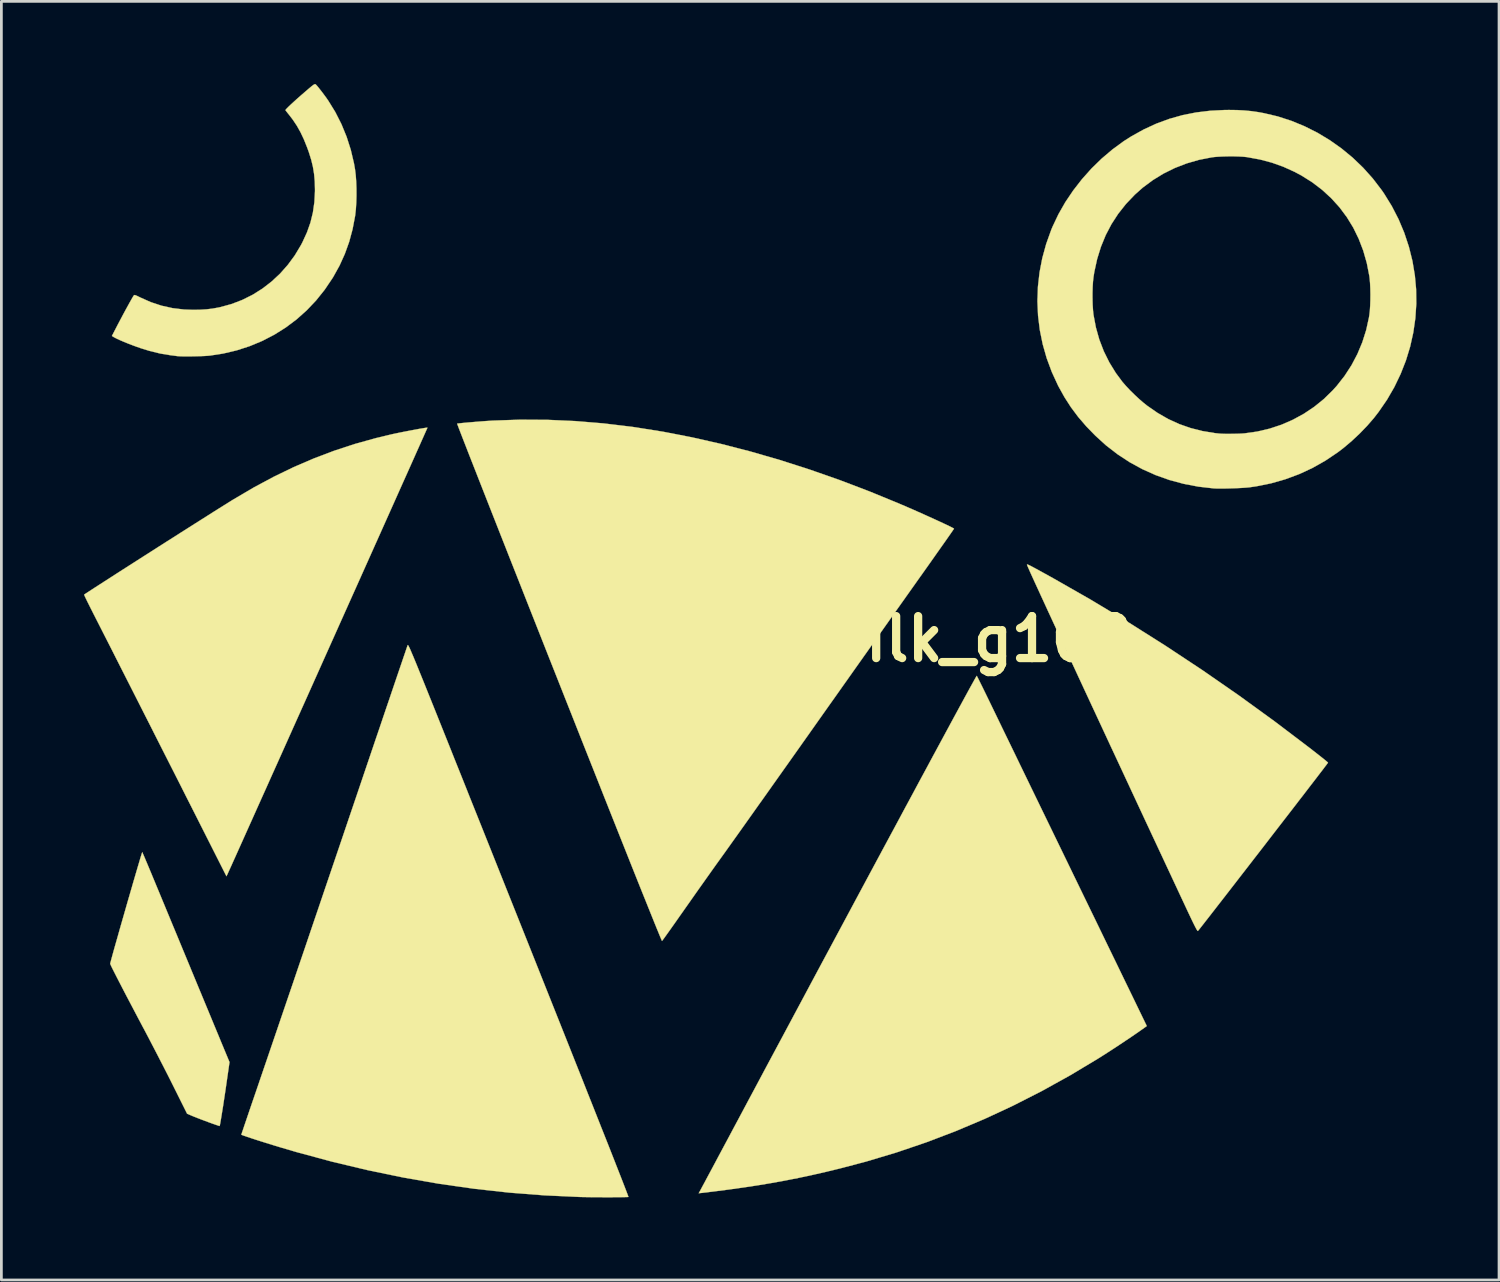
<source format=kicad_pcb>
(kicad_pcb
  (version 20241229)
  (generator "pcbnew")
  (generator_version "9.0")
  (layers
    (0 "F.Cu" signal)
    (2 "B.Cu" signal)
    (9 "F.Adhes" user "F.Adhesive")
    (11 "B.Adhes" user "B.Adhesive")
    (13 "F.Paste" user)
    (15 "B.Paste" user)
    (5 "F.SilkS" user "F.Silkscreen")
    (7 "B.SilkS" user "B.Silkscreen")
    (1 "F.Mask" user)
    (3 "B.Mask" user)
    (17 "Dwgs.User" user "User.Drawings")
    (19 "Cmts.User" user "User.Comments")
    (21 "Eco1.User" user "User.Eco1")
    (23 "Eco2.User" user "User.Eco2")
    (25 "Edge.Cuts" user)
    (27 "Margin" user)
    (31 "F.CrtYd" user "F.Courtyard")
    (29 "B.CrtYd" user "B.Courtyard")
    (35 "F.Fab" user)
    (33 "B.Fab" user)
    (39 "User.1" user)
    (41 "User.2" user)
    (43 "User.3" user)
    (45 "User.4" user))
  (footprint "F.Silk_g108"
    (layer "F.Cu")
    (at 31.496 20.163)
    (property "Reference" "F.Silk_g108" (at 0 0 0) (layer "F.SilkS") (effects (font (size 1.524 1.524) (thickness 0.3))))
    (attr through_hole)
    (fp_poly (pts (xy 2.775 -2.71) (xy 2.801 -2.7) (xy 2.843 -2.681) (xy 2.902 -2.652) (xy 2.982 -2.609) (xy 3.085 -2.554) (xy 3.215 -2.483) (xy 3.374 -2.395) (xy 3.566 -2.289) (xy 3.715 -2.206) (xy 5.073 -1.431) (xy 6.429 -0.616) (xy 7.778 0.236) (xy 9.117 1.121) (xy 10.44 2.038) (xy 11.743 2.983) (xy 13.024 3.954) (xy 13.377 4.23) (xy 13.475 4.307) (xy 13.561 4.376) (xy 13.629 4.432) (xy 13.674 4.471) (xy 13.691 4.488) (xy 13.678 4.506) (xy 13.642 4.555) (xy 13.582 4.633) (xy 13.502 4.739) (xy 13.401 4.87) (xy 13.283 5.025) (xy 13.148 5.2) (xy 12.998 5.395) (xy 12.835 5.608) (xy 12.659 5.835) (xy 12.474 6.076) (xy 12.28 6.327) (xy 12.078 6.588) (xy 11.871 6.856) (xy 11.66 7.129) (xy 11.447 7.406) (xy 11.233 7.683) (xy 11.019 7.959) (xy 10.808 8.232) (xy 10.6 8.5) (xy 10.398 8.761) (xy 10.203 9.013) (xy 10.017 9.253) (xy 9.84 9.481) (xy 9.675 9.693) (xy 9.524 9.888) (xy 9.387 10.064) (xy 9.266 10.219) (xy 9.164 10.35) (xy 9.081 10.456) (xy 9.019 10.534) (xy 8.98 10.583) (xy 8.966 10.6) (xy 8.956 10.599) (xy 8.94 10.582) (xy 8.916 10.544) (xy 8.883 10.484) (xy 8.839 10.398) (xy 8.783 10.285) (xy 8.714 10.141) (xy 8.63 9.964) (xy 8.531 9.753) (xy 8.244 9.139) (xy 7.959 8.528) (xy 7.675 7.92) (xy 7.393 7.317) (xy 7.114 6.72) (xy 6.839 6.13) (xy 6.568 5.548) (xy 6.302 4.976) (xy 6.041 4.415) (xy 5.785 3.867) (xy 5.536 3.331) (xy 5.294 2.81) (xy 5.059 2.305) (xy 4.832 1.817) (xy 4.614 1.347) (xy 4.405 0.896) (xy 4.206 0.466) (xy 4.017 0.058) (xy 3.839 -0.327) (xy 3.673 -0.687) (xy 3.518 -1.022) (xy 3.376 -1.331) (xy 3.247 -1.611) (xy 3.132 -1.862) (xy 3.031 -2.082) (xy 2.945 -2.271) (xy 2.874 -2.427) (xy 2.82 -2.549) (xy 2.782 -2.636) (xy 2.761 -2.686) (xy 2.757 -2.697) (xy 2.756 -2.706) (xy 2.761 -2.711) (xy 2.775 -2.71)) (stroke (width 0.01) (type solid)) (fill yes) (layer "F.SilkS"))
    (fp_poly (pts (xy -29.368 7.763) (xy -29.343 7.821) (xy -29.304 7.91) (xy -29.255 8.026) (xy -29.196 8.166) (xy -29.129 8.326) (xy -29.055 8.502) (xy -28.978 8.689) (xy -28.918 8.833) (xy -28.844 9.012) (xy -28.756 9.223) (xy -28.657 9.462) (xy -28.548 9.725) (xy -28.431 10.008) (xy -28.307 10.308) (xy -28.177 10.62) (xy -28.044 10.941) (xy -27.909 11.268) (xy -27.773 11.596) (xy -27.638 11.921) (xy -27.601 12.012) (xy -27.471 12.325) (xy -27.343 12.635) (xy -27.217 12.937) (xy -27.096 13.23) (xy -26.98 13.509) (xy -26.871 13.772) (xy -26.77 14.016) (xy -26.678 14.238) (xy -26.596 14.435) (xy -26.527 14.603) (xy -26.47 14.741) (xy -26.427 14.843) (xy -26.41 14.885) (xy -26.21 15.366) (xy -26.322 16.144) (xy -26.352 16.353) (xy -26.383 16.561) (xy -26.414 16.764) (xy -26.443 16.957) (xy -26.472 17.136) (xy -26.498 17.298) (xy -26.521 17.437) (xy -26.54 17.549) (xy -26.555 17.631) (xy -26.565 17.677) (xy -26.569 17.686) (xy -26.59 17.681) (xy -26.644 17.663) (xy -26.726 17.635) (xy -26.829 17.599) (xy -26.948 17.556) (xy -26.967 17.549) (xy -27.104 17.498) (xy -27.243 17.446) (xy -27.373 17.396) (xy -27.484 17.352) (xy -27.554 17.323) (xy -27.75 17.24) (xy -28.246 16.245) (xy -28.355 16.027) (xy -28.48 15.78) (xy -28.617 15.512) (xy -28.761 15.232) (xy -28.908 14.947) (xy -29.055 14.665) (xy -29.195 14.396) (xy -29.326 14.148) (xy -29.348 14.108) (xy -29.525 13.774) (xy -29.69 13.46) (xy -29.843 13.169) (xy -29.984 12.901) (xy -30.11 12.658) (xy -30.222 12.441) (xy -30.319 12.253) (xy -30.399 12.095) (xy -30.463 11.968) (xy -30.509 11.873) (xy -30.536 11.813) (xy -30.544 11.79) (xy -30.538 11.762) (xy -30.521 11.698) (xy -30.495 11.601) (xy -30.46 11.474) (xy -30.418 11.32) (xy -30.368 11.143) (xy -30.312 10.946) (xy -30.251 10.732) (xy -30.187 10.504) (xy -30.119 10.267) (xy -30.049 10.023) (xy -29.978 9.775) (xy -29.907 9.527) (xy -29.836 9.283) (xy -29.767 9.045) (xy -29.701 8.816) (xy -29.638 8.601) (xy -29.58 8.403) (xy -29.527 8.224) (xy -29.481 8.068) (xy -29.443 7.939) (xy -29.412 7.839) (xy -29.391 7.772) (xy -29.38 7.742) (xy -29.379 7.741) (xy -29.368 7.763)) (stroke (width 0.01) (type solid)) (fill yes) (layer "F.SilkS"))
    (fp_poly (pts (xy 0.942 1.352) (xy 0.97 1.406) (xy 1.013 1.491) (xy 1.069 1.605) (xy 1.138 1.744) (xy 1.217 1.906) (xy 1.305 2.086) (xy 1.4 2.282) (xy 1.501 2.491) (xy 1.533 2.556) (xy 1.602 2.699) (xy 1.688 2.877) (xy 1.79 3.088) (xy 1.907 3.33) (xy 2.038 3.599) (xy 2.181 3.894) (xy 2.335 4.211) (xy 2.498 4.549) (xy 2.671 4.905) (xy 2.85 5.275) (xy 3.036 5.659) (xy 3.227 6.052) (xy 3.421 6.452) (xy 3.618 6.858) (xy 3.816 7.266) (xy 4.014 7.674) (xy 4.065 7.779) (xy 4.262 8.185) (xy 4.458 8.59) (xy 4.654 8.994) (xy 4.847 9.392) (xy 5.037 9.783) (xy 5.222 10.164) (xy 5.401 10.533) (xy 5.572 10.887) (xy 5.735 11.223) (xy 5.889 11.54) (xy 6.032 11.834) (xy 6.162 12.103) (xy 6.279 12.345) (xy 6.382 12.557) (xy 6.469 12.736) (xy 6.539 12.881) (xy 6.557 12.917) (xy 7.108 14.055) (xy 6.897 14.205) (xy 6.742 14.313) (xy 6.56 14.438) (xy 6.357 14.574) (xy 6.143 14.717) (xy 5.925 14.861) (xy 5.71 15) (xy 5.509 15.129) (xy 5.334 15.239) (xy 4.32 15.847) (xy 3.297 16.414) (xy 2.265 16.94) (xy 1.221 17.426) (xy 0.166 17.872) (xy -0.903 18.279) (xy -1.986 18.647) (xy -3.083 18.976) (xy -4.043 19.229) (xy -4.554 19.353) (xy -5.05 19.466) (xy -5.538 19.57) (xy -6.024 19.666) (xy -6.514 19.755) (xy -7.016 19.839) (xy -7.536 19.918) (xy -8.08 19.994) (xy -8.655 20.068) (xy -9.077 20.118) (xy -9.168 20.129) (xy -9.084 19.976) (xy -9.064 19.938) (xy -9.025 19.865) (xy -8.968 19.76) (xy -8.896 19.625) (xy -8.809 19.462) (xy -8.708 19.274) (xy -8.595 19.063) (xy -8.472 18.831) (xy -8.339 18.582) (xy -8.197 18.317) (xy -8.049 18.04) (xy -7.895 17.751) (xy -7.746 17.473) (xy -7.405 16.833) (xy -7.062 16.192) (xy -6.72 15.55) (xy -6.377 14.91) (xy -6.035 14.271) (xy -5.695 13.635) (xy -5.357 13.003) (xy -5.022 12.376) (xy -4.69 11.756) (xy -4.361 11.143) (xy -4.037 10.538) (xy -3.718 9.943) (xy -3.405 9.359) (xy -3.098 8.786) (xy -2.797 8.226) (xy -2.504 7.68) (xy -2.218 7.149) (xy -1.941 6.634) (xy -1.674 6.136) (xy -1.415 5.656) (xy -1.168 5.195) (xy -0.93 4.755) (xy -0.705 4.336) (xy -0.491 3.94) (xy -0.29 3.568) (xy -0.102 3.22) (xy 0.072 2.898) (xy 0.232 2.603) (xy 0.377 2.336) (xy 0.507 2.097) (xy 0.62 1.89) (xy 0.717 1.713) (xy 0.797 1.569) (xy 0.858 1.458) (xy 0.902 1.381) (xy 0.926 1.341) (xy 0.931 1.334) (xy 0.942 1.352)) (stroke (width 0.01) (type solid)) (fill yes) (layer "F.SilkS"))
    (fp_poly (pts (xy -19.02 -7.68) (xy -19.028 -7.66) (xy -19.053 -7.604) (xy -19.094 -7.512) (xy -19.15 -7.386) (xy -19.221 -7.227) (xy -19.305 -7.038) (xy -19.403 -6.819) (xy -19.513 -6.572) (xy -19.635 -6.299) (xy -19.768 -6.001) (xy -19.912 -5.68) (xy -20.065 -5.338) (xy -20.227 -4.975) (xy -20.398 -4.593) (xy -20.576 -4.195) (xy -20.761 -3.781) (xy -20.953 -3.353) (xy -21.15 -2.912) (xy -21.352 -2.461) (xy -21.558 -2) (xy -21.768 -1.532) (xy -21.981 -1.057) (xy -22.196 -0.577) (xy -22.412 -0.094) (xy -22.629 0.39) (xy -22.846 0.875) (xy -23.062 1.358) (xy -23.277 1.838) (xy -23.49 2.314) (xy -23.701 2.783) (xy -23.908 3.245) (xy -24.111 3.698) (xy -24.309 4.141) (xy -24.502 4.571) (xy -24.689 4.987) (xy -24.868 5.388) (xy -25.041 5.772) (xy -25.205 6.138) (xy -25.36 6.484) (xy -25.506 6.809) (xy -25.641 7.11) (xy -25.765 7.387) (xy -25.878 7.638) (xy -25.978 7.862) (xy -26.066 8.056) (xy -26.139 8.22) (xy -26.199 8.351) (xy -26.243 8.448) (xy -26.271 8.511) (xy -26.282 8.535) (xy -26.321 8.614) (xy -27.398 6.482) (xy -27.587 6.108) (xy -27.786 5.716) (xy -27.991 5.309) (xy -28.203 4.89) (xy -28.42 4.463) (xy -28.64 4.029) (xy -28.861 3.593) (xy -29.081 3.157) (xy -29.301 2.724) (xy -29.517 2.298) (xy -29.728 1.882) (xy -29.933 1.478) (xy -30.13 1.09) (xy -30.317 0.721) (xy -30.493 0.373) (xy -30.657 0.051) (xy -30.807 -0.243) (xy -30.941 -0.507) (xy -31.058 -0.736) (xy -31.076 -0.772) (xy -31.164 -0.945) (xy -31.245 -1.106) (xy -31.318 -1.252) (xy -31.381 -1.378) (xy -31.431 -1.481) (xy -31.467 -1.557) (xy -31.487 -1.602) (xy -31.491 -1.613) (xy -31.472 -1.627) (xy -31.421 -1.662) (xy -31.338 -1.716) (xy -31.226 -1.789) (xy -31.088 -1.879) (xy -30.926 -1.983) (xy -30.742 -2.102) (xy -30.539 -2.232) (xy -30.319 -2.374) (xy -30.085 -2.524) (xy -29.838 -2.682) (xy -29.581 -2.846) (xy -29.317 -3.015) (xy -29.047 -3.187) (xy -28.775 -3.361) (xy -28.502 -3.535) (xy -28.23 -3.707) (xy -27.964 -3.877) (xy -27.703 -4.042) (xy -27.452 -4.202) (xy -27.211 -4.354) (xy -26.985 -4.497) (xy -26.774 -4.631) (xy -26.581 -4.752) (xy -26.409 -4.86) (xy -26.26 -4.953) (xy -26.137 -5.03) (xy -26.067 -5.073) (xy -25.334 -5.504) (xy -24.605 -5.895) (xy -23.876 -6.248) (xy -23.143 -6.563) (xy -22.403 -6.843) (xy -21.652 -7.089) (xy -20.886 -7.302) (xy -20.311 -7.44) (xy -20.189 -7.466) (xy -20.05 -7.495) (xy -19.901 -7.525) (xy -19.747 -7.555) (xy -19.595 -7.584) (xy -19.449 -7.611) (xy -19.316 -7.636) (xy -19.201 -7.655) (xy -19.109 -7.67) (xy -19.047 -7.679) (xy -19.021 -7.68) (xy -19.02 -7.68)) (stroke (width 0.01) (type solid)) (fill yes) (layer "F.SilkS"))
    (fp_poly (pts (xy -23.082 -20.15) (xy -23.082 -20.15) (xy -23.046 -20.114) (xy -22.992 -20.051) (xy -22.925 -19.966) (xy -22.849 -19.869) (xy -22.771 -19.765) (xy -22.695 -19.662) (xy -22.629 -19.566) (xy -22.623 -19.558) (xy -22.367 -19.143) (xy -22.144 -18.703) (xy -21.956 -18.244) (xy -21.804 -17.768) (xy -21.689 -17.281) (xy -21.65 -17.057) (xy -21.625 -16.853) (xy -21.608 -16.619) (xy -21.599 -16.367) (xy -21.598 -16.108) (xy -21.605 -15.854) (xy -21.62 -15.615) (xy -21.643 -15.405) (xy -21.649 -15.363) (xy -21.741 -14.883) (xy -21.864 -14.427) (xy -22.021 -13.991) (xy -22.212 -13.569) (xy -22.441 -13.156) (xy -22.473 -13.105) (xy -22.755 -12.687) (xy -23.067 -12.298) (xy -23.407 -11.94) (xy -23.773 -11.613) (xy -24.165 -11.319) (xy -24.58 -11.058) (xy -25.016 -10.832) (xy -25.472 -10.642) (xy -25.947 -10.488) (xy -26.438 -10.372) (xy -26.915 -10.298) (xy -27.009 -10.289) (xy -27.131 -10.282) (xy -27.273 -10.276) (xy -27.427 -10.272) (xy -27.584 -10.269) (xy -27.736 -10.268) (xy -27.874 -10.268) (xy -27.992 -10.271) (xy -28.079 -10.276) (xy -28.109 -10.279) (xy -28.154 -10.285) (xy -28.227 -10.295) (xy -28.317 -10.306) (xy -28.353 -10.31) (xy -28.727 -10.372) (xy -29.124 -10.47) (xy -29.422 -10.562) (xy -29.578 -10.616) (xy -29.741 -10.676) (xy -29.904 -10.739) (xy -30.058 -10.802) (xy -30.196 -10.861) (xy -30.312 -10.915) (xy -30.396 -10.959) (xy -30.412 -10.968) (xy -30.481 -11.011) (xy -30.288 -11.385) (xy -30.216 -11.522) (xy -30.139 -11.667) (xy -30.06 -11.816) (xy -29.981 -11.962) (xy -29.905 -12.1) (xy -29.837 -12.224) (xy -29.777 -12.33) (xy -29.731 -12.411) (xy -29.699 -12.463) (xy -29.691 -12.475) (xy -29.677 -12.491) (xy -29.658 -12.497) (xy -29.627 -12.49) (xy -29.577 -12.47) (xy -29.501 -12.433) (xy -29.452 -12.409) (xy -29.07 -12.239) (xy -28.68 -12.11) (xy -28.279 -12.021) (xy -27.865 -11.971) (xy -27.525 -11.959) (xy -27.271 -11.964) (xy -27.044 -11.978) (xy -26.83 -12.004) (xy -26.616 -12.042) (xy -26.546 -12.057) (xy -26.138 -12.169) (xy -25.746 -12.319) (xy -25.371 -12.506) (xy -25.016 -12.729) (xy -24.684 -12.985) (xy -24.375 -13.273) (xy -24.093 -13.591) (xy -23.838 -13.938) (xy -23.614 -14.312) (xy -23.56 -14.415) (xy -23.396 -14.773) (xy -23.27 -15.13) (xy -23.181 -15.493) (xy -23.127 -15.87) (xy -23.106 -16.266) (xy -23.106 -16.341) (xy -23.114 -16.63) (xy -23.138 -16.897) (xy -23.18 -17.155) (xy -23.243 -17.414) (xy -23.329 -17.688) (xy -23.389 -17.854) (xy -23.507 -18.148) (xy -23.63 -18.408) (xy -23.762 -18.644) (xy -23.91 -18.865) (xy -24.036 -19.03) (xy -24.093 -19.101) (xy -24.14 -19.161) (xy -24.171 -19.201) (xy -24.179 -19.212) (xy -24.167 -19.232) (xy -24.127 -19.277) (xy -24.061 -19.343) (xy -23.972 -19.427) (xy -23.864 -19.526) (xy -23.741 -19.637) (xy -23.604 -19.758) (xy -23.458 -19.884) (xy -23.31 -20.011) (xy -23.225 -20.082) (xy -23.166 -20.127) (xy -23.126 -20.151) (xy -23.1 -20.158) (xy -23.082 -20.15)) (stroke (width 0.01) (type solid)) (fill yes) (layer "F.SilkS"))
    (fp_poly (pts (xy -19.725 0.221) (xy -19.717 0.233) (xy -19.705 0.252) (xy -19.69 0.281) (xy -19.671 0.321) (xy -19.647 0.372) (xy -19.619 0.438) (xy -19.585 0.518) (xy -19.544 0.613) (xy -19.497 0.727) (xy -19.442 0.859) (xy -19.38 1.011) (xy -19.31 1.184) (xy -19.23 1.38) (xy -19.141 1.6) (xy -19.042 1.846) (xy -18.933 2.118) (xy -18.812 2.418) (xy -18.68 2.747) (xy -18.536 3.107) (xy -18.379 3.499) (xy -18.209 3.924) (xy -18.026 4.384) (xy -17.827 4.88) (xy -17.614 5.413) (xy -17.49 5.726) (xy -17.131 6.622) (xy -16.782 7.496) (xy -16.443 8.346) (xy -16.114 9.172) (xy -15.794 9.973) (xy -15.485 10.748) (xy -15.186 11.498) (xy -14.898 12.221) (xy -14.621 12.917) (xy -14.355 13.585) (xy -14.1 14.225) (xy -13.857 14.836) (xy -13.626 15.418) (xy -13.406 15.969) (xy -13.2 16.491) (xy -13.005 16.981) (xy -12.824 17.439) (xy -12.655 17.865) (xy -12.499 18.258) (xy -12.357 18.618) (xy -12.229 18.944) (xy -12.115 19.235) (xy -12.014 19.492) (xy -11.928 19.712) (xy -11.857 19.896) (xy -11.8 20.044) (xy -11.758 20.154) (xy -11.732 20.226) (xy -11.72 20.259) (xy -11.72 20.262) (xy -11.742 20.265) (xy -11.801 20.267) (xy -11.893 20.269) (xy -12.011 20.271) (xy -12.151 20.272) (xy -12.308 20.273) (xy -12.476 20.273) (xy -12.65 20.273) (xy -12.826 20.272) (xy -12.998 20.271) (xy -13.161 20.27) (xy -13.31 20.267) (xy -13.439 20.265) (xy -13.494 20.263) (xy -14.768 20.205) (xy -16.046 20.106) (xy -17.329 19.964) (xy -18.614 19.781) (xy -19.901 19.556) (xy -21.189 19.29) (xy -22.478 18.983) (xy -23.767 18.635) (xy -24.376 18.456) (xy -24.565 18.399) (xy -24.755 18.34) (xy -24.941 18.282) (xy -25.119 18.226) (xy -25.285 18.173) (xy -25.434 18.124) (xy -25.562 18.081) (xy -25.664 18.046) (xy -25.737 18.02) (xy -25.776 18.004) (xy -25.781 18) (xy -25.774 17.979) (xy -25.755 17.92) (xy -25.723 17.827) (xy -25.681 17.701) (xy -25.628 17.545) (xy -25.566 17.363) (xy -25.496 17.156) (xy -25.418 16.927) (xy -25.333 16.679) (xy -25.242 16.414) (xy -25.147 16.135) (xy -25.048 15.844) (xy -25.038 15.815) (xy -24.865 15.31) (xy -24.687 14.787) (xy -24.502 14.245) (xy -24.311 13.684) (xy -24.112 13.1) (xy -23.905 12.494) (xy -23.691 11.863) (xy -23.467 11.206) (xy -23.235 10.521) (xy -22.992 9.807) (xy -22.74 9.063) (xy -22.476 8.287) (xy -22.201 7.477) (xy -21.915 6.632) (xy -21.616 5.751) (xy -21.305 4.832) (xy -21.156 4.392) (xy -21.019 3.988) (xy -20.886 3.595) (xy -20.756 3.214) (xy -20.632 2.846) (xy -20.513 2.495) (xy -20.399 2.162) (xy -20.293 1.848) (xy -20.194 1.556) (xy -20.103 1.288) (xy -20.02 1.045) (xy -19.947 0.83) (xy -19.884 0.644) (xy -19.831 0.49) (xy -19.79 0.369) (xy -19.76 0.282) (xy -19.743 0.233) (xy -19.739 0.222) (xy -19.736 0.217) (xy -19.731 0.217) (xy -19.725 0.221)) (stroke (width 0.01) (type solid)) (fill yes) (layer "F.SilkS"))
    (fp_poly (pts (xy -14.661 -7.964) (xy -13.652 -7.919) (xy -12.63 -7.835) (xy -11.596 -7.711) (xy -11.472 -7.693) (xy -10.45 -7.53) (xy -9.411 -7.328) (xy -8.359 -7.09) (xy -7.296 -6.816) (xy -6.223 -6.506) (xy -5.144 -6.16) (xy -4.06 -5.781) (xy -2.973 -5.367) (xy -1.886 -4.921) (xy -1.789 -4.879) (xy -1.595 -4.796) (xy -1.395 -4.709) (xy -1.194 -4.62) (xy -0.994 -4.531) (xy -0.8 -4.443) (xy -0.616 -4.36) (xy -0.444 -4.281) (xy -0.289 -4.209) (xy -0.154 -4.145) (xy -0.043 -4.092) (xy 0.039 -4.05) (xy 0.09 -4.023) (xy 0.106 -4.011) (xy 0.094 -3.992) (xy 0.059 -3.941) (xy 0.003 -3.86) (xy -0.072 -3.752) (xy -0.165 -3.619) (xy -0.274 -3.464) (xy -0.398 -3.289) (xy -0.534 -3.096) (xy -0.681 -2.887) (xy -0.837 -2.666) (xy -1.001 -2.435) (xy -1.044 -2.374) (xy -1.186 -2.175) (xy -1.349 -1.944) (xy -1.533 -1.685) (xy -1.734 -1.401) (xy -1.951 -1.095) (xy -2.181 -0.77) (xy -2.422 -0.429) (xy -2.672 -0.076) (xy -2.928 0.286) (xy -3.189 0.655) (xy -3.452 1.026) (xy -3.714 1.397) (xy -3.975 1.765) (xy -4.23 2.127) (xy -4.396 2.36) (xy -4.768 2.886) (xy -5.116 3.379) (xy -5.442 3.84) (xy -5.747 4.271) (xy -6.032 4.673) (xy -6.298 5.048) (xy -6.545 5.397) (xy -6.775 5.722) (xy -6.99 6.023) (xy -7.189 6.304) (xy -7.374 6.565) (xy -7.546 6.807) (xy -7.706 7.032) (xy -7.855 7.241) (xy -7.995 7.437) (xy -8.125 7.62) (xy -8.248 7.792) (xy -8.365 7.954) (xy -8.475 8.108) (xy -8.487 8.124) (xy -8.586 8.263) (xy -8.706 8.431) (xy -8.842 8.623) (xy -8.99 8.832) (xy -9.147 9.053) (xy -9.307 9.28) (xy -9.467 9.508) (xy -9.624 9.731) (xy -9.718 9.865) (xy -9.853 10.056) (xy -9.98 10.238) (xy -10.098 10.405) (xy -10.205 10.556) (xy -10.299 10.688) (xy -10.378 10.798) (xy -10.438 10.882) (xy -10.48 10.938) (xy -10.499 10.963) (xy -10.501 10.964) (xy -10.51 10.945) (xy -10.534 10.889) (xy -10.572 10.799) (xy -10.622 10.677) (xy -10.684 10.527) (xy -10.756 10.35) (xy -10.837 10.149) (xy -10.926 9.927) (xy -11.023 9.687) (xy -11.126 9.43) (xy -11.235 9.16) (xy -11.324 8.938) (xy -11.457 8.605) (xy -11.599 8.249) (xy -11.749 7.872) (xy -11.907 7.474) (xy -12.073 7.058) (xy -12.245 6.625) (xy -12.423 6.177) (xy -12.607 5.714) (xy -12.795 5.239) (xy -12.988 4.752) (xy -13.185 4.256) (xy -13.385 3.752) (xy -13.587 3.241) (xy -13.791 2.725) (xy -13.997 2.206) (xy -14.203 1.684) (xy -14.41 1.161) (xy -14.617 0.639) (xy -14.822 0.119) (xy -15.026 -0.397) (xy -15.228 -0.908) (xy -15.427 -1.412) (xy -15.622 -1.908) (xy -15.814 -2.394) (xy -16.002 -2.869) (xy -16.184 -3.332) (xy -16.361 -3.78) (xy -16.531 -4.213) (xy -16.695 -4.629) (xy -16.851 -5.026) (xy -16.999 -5.403) (xy -17.139 -5.759) (xy -17.269 -6.091) (xy -17.39 -6.399) (xy -17.501 -6.681) (xy -17.6 -6.936) (xy -17.688 -7.162) (xy -17.764 -7.357) (xy -17.827 -7.52) (xy -17.877 -7.65) (xy -17.913 -7.746) (xy -17.935 -7.804) (xy -17.942 -7.825) (xy -17.942 -7.825) (xy -17.918 -7.83) (xy -17.858 -7.837) (xy -17.768 -7.847) (xy -17.654 -7.858) (xy -17.52 -7.87) (xy -17.374 -7.882) (xy -17.222 -7.895) (xy -17.068 -7.907) (xy -16.92 -7.918) (xy -16.783 -7.927) (xy -16.662 -7.935) (xy -16.637 -7.936) (xy -15.656 -7.97) (xy -14.661 -7.964)) (stroke (width 0.01) (type solid)) (fill yes) (layer "F.SilkS"))
    (fp_poly (pts (xy 10.39 -19.215) (xy 10.652 -19.201) (xy 10.902 -19.177) (xy 11.154 -19.141) (xy 11.361 -19.103) (xy 11.865 -18.984) (xy 12.359 -18.824) (xy 12.84 -18.626) (xy 13.306 -18.392) (xy 13.754 -18.122) (xy 14.181 -17.82) (xy 14.586 -17.486) (xy 14.965 -17.122) (xy 15.316 -16.73) (xy 15.637 -16.311) (xy 15.726 -16.182) (xy 16.008 -15.725) (xy 16.253 -15.249) (xy 16.46 -14.756) (xy 16.628 -14.249) (xy 16.757 -13.731) (xy 16.845 -13.204) (xy 16.89 -12.709) (xy 16.897 -12.182) (xy 16.863 -11.657) (xy 16.788 -11.137) (xy 16.674 -10.624) (xy 16.52 -10.12) (xy 16.327 -9.629) (xy 16.098 -9.152) (xy 15.832 -8.693) (xy 15.529 -8.253) (xy 15.359 -8.033) (xy 15.115 -7.751) (xy 14.842 -7.468) (xy 14.551 -7.195) (xy 14.253 -6.943) (xy 14.043 -6.783) (xy 13.594 -6.481) (xy 13.127 -6.217) (xy 12.642 -5.992) (xy 12.141 -5.806) (xy 11.623 -5.658) (xy 11.09 -5.55) (xy 10.837 -5.513) (xy 10.736 -5.503) (xy 10.604 -5.494) (xy 10.449 -5.485) (xy 10.28 -5.478) (xy 10.107 -5.473) (xy 9.939 -5.469) (xy 9.783 -5.468) (xy 9.651 -5.469) (xy 9.55 -5.473) (xy 9.536 -5.474) (xy 8.984 -5.537) (xy 8.449 -5.639) (xy 7.931 -5.778) (xy 7.431 -5.956) (xy 6.95 -6.171) (xy 6.488 -6.423) (xy 6.047 -6.712) (xy 5.626 -7.037) (xy 5.242 -7.386) (xy 4.911 -7.726) (xy 4.617 -8.068) (xy 4.354 -8.42) (xy 4.117 -8.788) (xy 3.899 -9.181) (xy 3.884 -9.21) (xy 3.658 -9.701) (xy 3.472 -10.202) (xy 3.327 -10.711) (xy 3.222 -11.227) (xy 3.158 -11.748) (xy 3.135 -12.271) (xy 3.146 -12.573) (xy 5.136 -12.573) (xy 5.136 -12.352) (xy 5.142 -12.137) (xy 5.155 -11.939) (xy 5.172 -11.779) (xy 5.259 -11.32) (xy 5.383 -10.879) (xy 5.546 -10.455) (xy 5.747 -10.049) (xy 5.985 -9.663) (xy 6.224 -9.341) (xy 6.349 -9.197) (xy 6.498 -9.038) (xy 6.663 -8.876) (xy 6.832 -8.718) (xy 6.997 -8.576) (xy 7.123 -8.476) (xy 7.5 -8.215) (xy 7.886 -7.993) (xy 8.283 -7.811) (xy 8.696 -7.666) (xy 9.126 -7.557) (xy 9.579 -7.482) (xy 9.737 -7.465) (xy 9.829 -7.459) (xy 9.953 -7.455) (xy 10.097 -7.454) (xy 10.249 -7.456) (xy 10.399 -7.459) (xy 10.535 -7.464) (xy 10.646 -7.472) (xy 10.659 -7.473) (xy 11.119 -7.538) (xy 11.566 -7.643) (xy 11.999 -7.786) (xy 12.414 -7.967) (xy 12.811 -8.183) (xy 13.187 -8.435) (xy 13.539 -8.72) (xy 13.865 -9.039) (xy 14.006 -9.195) (xy 14.292 -9.56) (xy 14.543 -9.947) (xy 14.758 -10.355) (xy 14.936 -10.781) (xy 15.076 -11.222) (xy 15.176 -11.676) (xy 15.191 -11.769) (xy 15.209 -11.921) (xy 15.221 -12.105) (xy 15.228 -12.309) (xy 15.23 -12.521) (xy 15.226 -12.732) (xy 15.217 -12.929) (xy 15.202 -13.101) (xy 15.191 -13.187) (xy 15.099 -13.658) (xy 14.97 -14.109) (xy 14.806 -14.537) (xy 14.608 -14.943) (xy 14.375 -15.324) (xy 14.109 -15.681) (xy 13.81 -16.011) (xy 13.48 -16.315) (xy 13.118 -16.591) (xy 12.726 -16.838) (xy 12.47 -16.974) (xy 12.066 -17.157) (xy 11.651 -17.305) (xy 11.216 -17.42) (xy 10.758 -17.504) (xy 10.732 -17.508) (xy 10.606 -17.521) (xy 10.449 -17.529) (xy 10.271 -17.534) (xy 10.082 -17.534) (xy 9.894 -17.53) (xy 9.717 -17.522) (xy 9.562 -17.51) (xy 9.461 -17.497) (xy 9.001 -17.407) (xy 8.556 -17.278) (xy 8.127 -17.112) (xy 7.717 -16.91) (xy 7.329 -16.672) (xy 6.964 -16.401) (xy 6.67 -16.14) (xy 6.353 -15.807) (xy 6.071 -15.451) (xy 5.825 -15.073) (xy 5.615 -14.672) (xy 5.442 -14.249) (xy 5.304 -13.804) (xy 5.202 -13.337) (xy 5.173 -13.155) (xy 5.154 -12.987) (xy 5.142 -12.789) (xy 5.136 -12.573) (xy 3.146 -12.573) (xy 3.153 -12.795) (xy 3.212 -13.318) (xy 3.312 -13.838) (xy 3.453 -14.352) (xy 3.635 -14.86) (xy 3.687 -14.985) (xy 3.899 -15.432) (xy 4.149 -15.871) (xy 4.435 -16.295) (xy 4.752 -16.703) (xy 5.097 -17.09) (xy 5.467 -17.451) (xy 5.858 -17.783) (xy 6.267 -18.083) (xy 6.55 -18.263) (xy 7.001 -18.513) (xy 7.459 -18.724) (xy 7.927 -18.896) (xy 8.407 -19.031) (xy 8.902 -19.129) (xy 9.415 -19.191) (xy 9.95 -19.218) (xy 10.101 -19.219) (xy 10.39 -19.215)) (stroke (width 0.01) (type solid)) (fill yes) (layer "F.SilkS")))
  (gr_rect
    (start -3 -3)
    (end 51.398 43.441)
    (stroke (width 0.1) (type default))
    (fill no)
    (layer "Edge.Cuts")))
</source>
